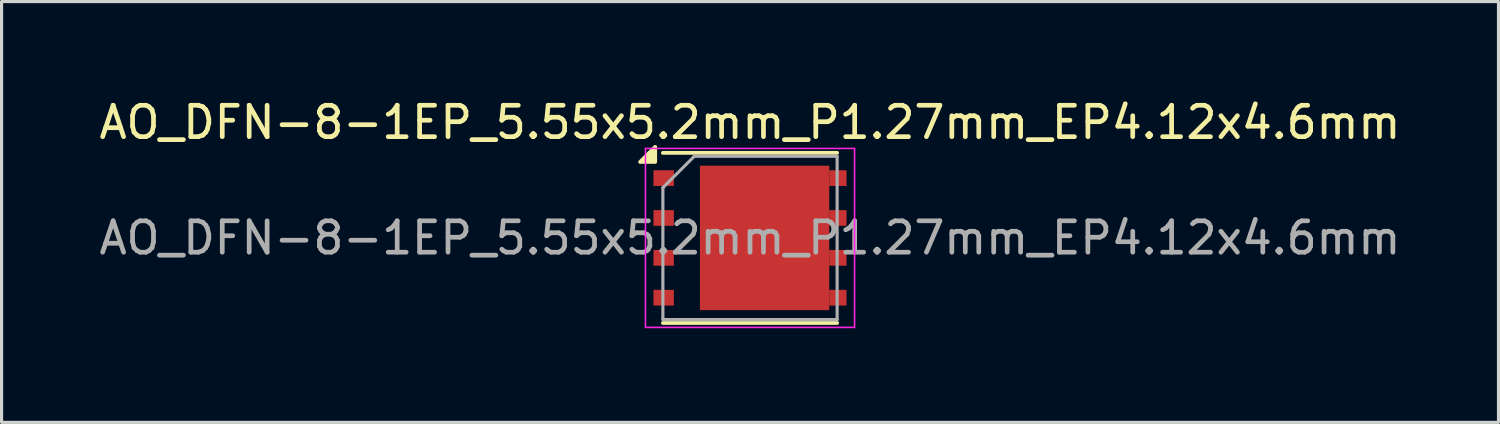
<source format=kicad_pcb>
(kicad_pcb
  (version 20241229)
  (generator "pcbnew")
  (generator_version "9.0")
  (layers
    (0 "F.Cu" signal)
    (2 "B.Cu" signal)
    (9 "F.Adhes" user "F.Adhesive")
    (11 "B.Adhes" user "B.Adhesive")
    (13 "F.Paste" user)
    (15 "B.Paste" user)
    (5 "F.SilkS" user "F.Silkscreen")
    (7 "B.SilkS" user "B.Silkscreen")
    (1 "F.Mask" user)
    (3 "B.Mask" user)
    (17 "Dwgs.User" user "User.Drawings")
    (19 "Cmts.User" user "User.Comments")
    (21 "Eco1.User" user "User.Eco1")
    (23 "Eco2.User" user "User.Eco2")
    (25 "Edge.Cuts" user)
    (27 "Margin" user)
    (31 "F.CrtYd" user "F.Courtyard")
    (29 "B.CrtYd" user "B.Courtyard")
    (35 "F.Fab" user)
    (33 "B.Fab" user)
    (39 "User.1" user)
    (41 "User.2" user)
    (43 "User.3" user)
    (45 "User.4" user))
  (footprint "AO_DFN-8-1EP_5.55x5.2mm_P1.27mm_EP4.12x4.6mm"
    (layer "F.Cu")
    (at 20.839 4.528)
    (property "Reference" "AO_DFN-8-1EP_5.55x5.2mm_P1.27mm_EP4.12x4.6mm" (at 0 -3.68 0) (layer "F.SilkS") (effects (font (size 1 1) (thickness 0.15))))
    (attr smd)
    (fp_line (start -2.775 -2.71) (end 2.775 -2.71) (stroke (width 0.12) (type solid)) (layer "F.SilkS"))
    (fp_line (start -2.775 2.71) (end 2.775 2.71) (stroke (width 0.12) (type solid)) (layer "F.SilkS"))
    (fp_poly (pts (xy -3.02 -2.42) (xy -3.5 -2.42) (xy -3.02 -2.9) (xy -3.02 -2.42)) (stroke (width 0.12) (type solid)) (fill yes) (layer "F.SilkS"))
    (fp_line (start -3.33 -2.85) (end -3.33 2.85) (stroke (width 0.05) (type solid)) (layer "F.CrtYd"))
    (fp_line (start -3.33 -2.85) (end 3.33 -2.85) (stroke (width 0.05) (type solid)) (layer "F.CrtYd"))
    (fp_line (start -3.33 2.85) (end 3.33 2.85) (stroke (width 0.05) (type solid)) (layer "F.CrtYd"))
    (fp_line (start 3.33 -2.85) (end 3.33 2.85) (stroke (width 0.05) (type solid)) (layer "F.CrtYd"))
    (fp_line (start -2.775 2.6) (end -2.775 -1.6) (stroke (width 0.1) (type solid)) (layer "F.Fab"))
    (fp_line (start -2.775 2.6) (end 2.775 2.6) (stroke (width 0.1) (type solid)) (layer "F.Fab"))
    (fp_line (start -1.775 -2.6) (end -2.775 -1.6) (stroke (width 0.1) (type solid)) (layer "F.Fab"))
    (fp_line (start 2.775 -2.6) (end -1.775 -2.6) (stroke (width 0.1) (type solid)) (layer "F.Fab"))
    (fp_line (start 2.775 -2.6) (end 2.775 2.6) (stroke (width 0.1) (type solid)) (layer "F.Fab"))
    (fp_text user "${REFERENCE}" (at 0 0 0) (layer "F.Fab") (effects (font (size 1 1) (thickness 0.15))))
    (pad "" smd rect (at -1 -1.65 270) (size 0.9 0.78) (layers "F.Paste"))
    (pad "" smd rect (at -1 -0.55 270) (size 0.9 0.78) (layers "F.Paste"))
    (pad "" smd rect (at -1 0.55 270) (size 0.9 0.78) (layers "F.Paste"))
    (pad "" smd rect (at -1 1.65 270) (size 0.9 0.78) (layers "F.Paste"))
    (pad "" smd rect (at -0.02 -1.65 270) (size 0.9 0.78) (layers "F.Paste"))
    (pad "" smd rect (at -0.02 -0.55 270) (size 0.9 0.78) (layers "F.Paste"))
    (pad "" smd rect (at -0.02 0.55 270) (size 0.9 0.78) (layers "F.Paste"))
    (pad "" smd rect (at -0.02 1.65 270) (size 0.9 0.78) (layers "F.Paste"))
    (pad "" smd rect (at 0.96 -1.65 270) (size 0.9 0.78) (layers "F.Paste"))
    (pad "" smd rect (at 0.96 -0.55 270) (size 0.9 0.78) (layers "F.Paste"))
    (pad "" smd rect (at 0.96 0.55 270) (size 0.9 0.78) (layers "F.Paste"))
    (pad "" smd rect (at 0.96 1.65 270) (size 0.9 0.78) (layers "F.Paste"))
    (pad "" smd rect (at 1.94 -1.65 270) (size 0.9 0.78) (layers "F.Paste"))
    (pad "" smd rect (at 1.94 -0.55 270) (size 0.9 0.78) (layers "F.Paste"))
    (pad "" smd rect (at 1.94 0.55 270) (size 0.9 0.78) (layers "F.Paste"))
    (pad "" smd rect (at 1.94 1.65 270) (size 0.9 0.78) (layers "F.Paste"))
    (pad "1" smd rect (at -2.75 -1.905 270) (size 0.5 0.65) (layers "F.Cu" "F.Mask" "F.Paste"))
    (pad "2" smd rect (at -2.75 -0.635 270) (size 0.5 0.65) (layers "F.Cu" "F.Mask" "F.Paste"))
    (pad "3" smd rect (at -2.75 0.635 270) (size 0.5 0.65) (layers "F.Cu" "F.Mask" "F.Paste"))
    (pad "4" smd rect (at -2.75 1.905 270) (size 0.5 0.65) (layers "F.Cu" "F.Mask" "F.Paste"))
    (pad "5" smd rect (at 0.465 0 270) (size 4.6 4.12) (layers "F.Cu" "F.Mask"))
    (pad "5" smd rect (at 2.8 -1.905 270) (size 0.5 0.55) (layers "F.Cu" "F.Mask" "F.Paste"))
    (pad "5" smd rect (at 2.8 -0.635 270) (size 0.5 0.55) (layers "F.Cu" "F.Mask" "F.Paste"))
    (pad "5" smd rect (at 2.8 0.635 270) (size 0.5 0.55) (layers "F.Cu" "F.Mask" "F.Paste"))
    (pad "5" smd rect (at 2.8 1.905 270) (size 0.5 0.55) (layers "F.Cu" "F.Mask" "F.Paste")))
  (gr_rect
    (start -3 -3)
    (end 44.679 10.403)
    (stroke (width 0.1) (type default))
    (fill no)
    (layer "Edge.Cuts")))
</source>
